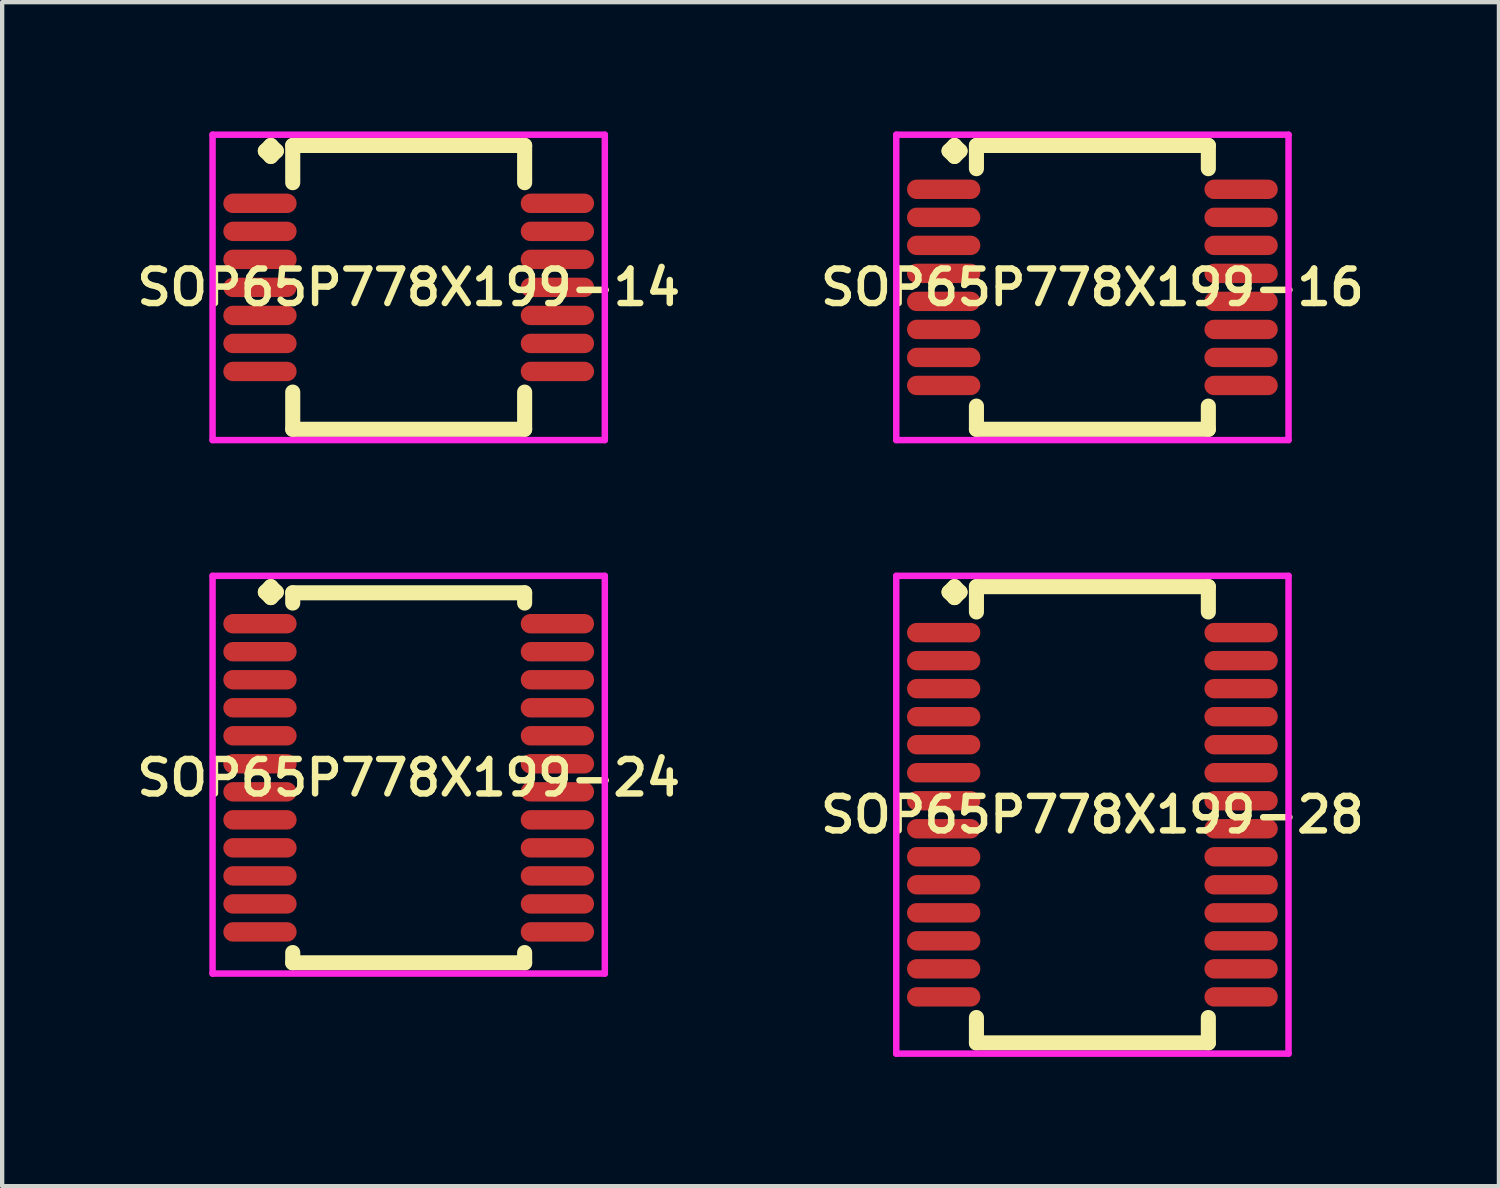
<source format=kicad_pcb>
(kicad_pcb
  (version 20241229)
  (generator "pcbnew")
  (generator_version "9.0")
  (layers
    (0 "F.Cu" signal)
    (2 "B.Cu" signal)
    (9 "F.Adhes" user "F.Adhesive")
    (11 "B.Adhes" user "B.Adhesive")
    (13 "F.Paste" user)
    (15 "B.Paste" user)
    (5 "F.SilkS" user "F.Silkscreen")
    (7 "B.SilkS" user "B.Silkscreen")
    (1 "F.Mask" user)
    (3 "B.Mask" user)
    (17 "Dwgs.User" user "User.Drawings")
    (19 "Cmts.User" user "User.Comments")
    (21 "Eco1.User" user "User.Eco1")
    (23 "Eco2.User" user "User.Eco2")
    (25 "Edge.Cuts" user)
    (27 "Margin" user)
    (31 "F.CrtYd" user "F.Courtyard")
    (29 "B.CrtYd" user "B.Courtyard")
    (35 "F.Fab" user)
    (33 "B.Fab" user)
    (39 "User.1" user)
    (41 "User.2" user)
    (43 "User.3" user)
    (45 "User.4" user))
  (footprint "SOP65P778X199-16"
    (layer "F.Cu")
    (at 22.292 3.617)
    (property "Reference" "SOP65P778X199-16" (at 0 0 0) (layer "F.SilkS") (effects (font (size 0.8 0.8) (thickness 0.15))))
    (attr smd)
    (fp_line (start -3.325 -3.165) (end -3.198 -3.292) (stroke (width 0.35) (type solid)) (layer "F.SilkS"))
    (fp_line (start -3.198 -3.292) (end -3.071 -3.165) (stroke (width 0.35) (type solid)) (layer "F.SilkS"))
    (fp_line (start -3.198 -3.038) (end -3.325 -3.165) (stroke (width 0.35) (type solid)) (layer "F.SilkS"))
    (fp_line (start -3.071 -3.165) (end -3.198 -3.038) (stroke (width 0.35) (type solid)) (layer "F.SilkS"))
    (fp_line (start -2.69 -3.292) (end 2.69 -3.292) (stroke (width 0.35) (type solid)) (layer "F.SilkS"))
    (fp_line (start -2.69 -2.754) (end -2.69 -3.292) (stroke (width 0.35) (type solid)) (layer "F.SilkS"))
    (fp_line (start -2.69 2.754) (end -2.69 3.292) (stroke (width 0.35) (type solid)) (layer "F.SilkS"))
    (fp_line (start -2.69 3.292) (end 2.69 3.292) (stroke (width 0.35) (type solid)) (layer "F.SilkS"))
    (fp_line (start 2.69 -3.292) (end 2.69 -2.754) (stroke (width 0.35) (type solid)) (layer "F.SilkS"))
    (fp_line (start 2.69 3.292) (end 2.69 2.754) (stroke (width 0.35) (type solid)) (layer "F.SilkS"))
    (fp_line (start -4.55 -3.542) (end 4.55 -3.542) (stroke (width 0.15) (type solid)) (layer "F.CrtYd"))
    (fp_line (start -4.55 3.542) (end -4.55 -3.542) (stroke (width 0.15) (type solid)) (layer "F.CrtYd"))
    (fp_line (start 4.55 -3.542) (end 4.55 3.542) (stroke (width 0.15) (type solid)) (layer "F.CrtYd"))
    (fp_line (start 4.55 3.542) (end -4.55 3.542) (stroke (width 0.15) (type solid)) (layer "F.CrtYd"))
    (pad "1" smd oval (at -3.45 -2.275) (size 1.7 0.45) (layers "F.Cu" "F.Mask" "F.Paste"))
    (pad "2" smd oval (at -3.45 -1.625) (size 1.7 0.45) (layers "F.Cu" "F.Mask" "F.Paste"))
    (pad "3" smd oval (at -3.45 -0.975) (size 1.7 0.45) (layers "F.Cu" "F.Mask" "F.Paste"))
    (pad "4" smd oval (at -3.45 -0.325) (size 1.7 0.45) (layers "F.Cu" "F.Mask" "F.Paste"))
    (pad "5" smd oval (at -3.45 0.325) (size 1.7 0.45) (layers "F.Cu" "F.Mask" "F.Paste"))
    (pad "6" smd oval (at -3.45 0.975) (size 1.7 0.45) (layers "F.Cu" "F.Mask" "F.Paste"))
    (pad "7" smd oval (at -3.45 1.625) (size 1.7 0.45) (layers "F.Cu" "F.Mask" "F.Paste"))
    (pad "8" smd oval (at -3.45 2.275) (size 1.7 0.45) (layers "F.Cu" "F.Mask" "F.Paste"))
    (pad "9" smd oval (at 3.45 2.275) (size 1.7 0.45) (layers "F.Cu" "F.Mask" "F.Paste"))
    (pad "10" smd oval (at 3.45 1.625) (size 1.7 0.45) (layers "F.Cu" "F.Mask" "F.Paste"))
    (pad "11" smd oval (at 3.45 0.975) (size 1.7 0.45) (layers "F.Cu" "F.Mask" "F.Paste"))
    (pad "12" smd oval (at 3.45 0.325) (size 1.7 0.45) (layers "F.Cu" "F.Mask" "F.Paste"))
    (pad "13" smd oval (at 3.45 -0.325) (size 1.7 0.45) (layers "F.Cu" "F.Mask" "F.Paste"))
    (pad "14" smd oval (at 3.45 -0.975) (size 1.7 0.45) (layers "F.Cu" "F.Mask" "F.Paste"))
    (pad "15" smd oval (at 3.45 -1.625) (size 1.7 0.45) (layers "F.Cu" "F.Mask" "F.Paste"))
    (pad "16" smd oval (at 3.45 -2.275) (size 1.7 0.45) (layers "F.Cu" "F.Mask" "F.Paste")))
  (footprint "SOP65P778X199-14"
    (layer "F.Cu")
    (at 6.431 3.617)
    (property "Reference" "SOP65P778X199-14" (at 0 0 0) (layer "F.SilkS") (effects (font (size 0.8 0.8) (thickness 0.15))))
    (attr smd)
    (fp_line (start -3.325 -3.165) (end -3.198 -3.292) (stroke (width 0.35) (type solid)) (layer "F.SilkS"))
    (fp_line (start -3.198 -3.292) (end -3.071 -3.165) (stroke (width 0.35) (type solid)) (layer "F.SilkS"))
    (fp_line (start -3.198 -3.038) (end -3.325 -3.165) (stroke (width 0.35) (type solid)) (layer "F.SilkS"))
    (fp_line (start -3.071 -3.165) (end -3.198 -3.038) (stroke (width 0.35) (type solid)) (layer "F.SilkS"))
    (fp_line (start -2.69 -3.292) (end 2.69 -3.292) (stroke (width 0.35) (type solid)) (layer "F.SilkS"))
    (fp_line (start -2.69 -2.429) (end -2.69 -3.292) (stroke (width 0.35) (type solid)) (layer "F.SilkS"))
    (fp_line (start -2.69 2.429) (end -2.69 3.292) (stroke (width 0.35) (type solid)) (layer "F.SilkS"))
    (fp_line (start -2.69 3.292) (end 2.69 3.292) (stroke (width 0.35) (type solid)) (layer "F.SilkS"))
    (fp_line (start 2.69 -3.292) (end 2.69 -2.429) (stroke (width 0.35) (type solid)) (layer "F.SilkS"))
    (fp_line (start 2.69 3.292) (end 2.69 2.429) (stroke (width 0.35) (type solid)) (layer "F.SilkS"))
    (fp_line (start -4.55 -3.542) (end 4.55 -3.542) (stroke (width 0.15) (type solid)) (layer "F.CrtYd"))
    (fp_line (start -4.55 3.542) (end -4.55 -3.542) (stroke (width 0.15) (type solid)) (layer "F.CrtYd"))
    (fp_line (start 4.55 -3.542) (end 4.55 3.542) (stroke (width 0.15) (type solid)) (layer "F.CrtYd"))
    (fp_line (start 4.55 3.542) (end -4.55 3.542) (stroke (width 0.15) (type solid)) (layer "F.CrtYd"))
    (pad "1" smd oval (at -3.45 -1.95) (size 1.7 0.45) (layers "F.Cu" "F.Mask" "F.Paste"))
    (pad "2" smd oval (at -3.45 -1.3) (size 1.7 0.45) (layers "F.Cu" "F.Mask" "F.Paste"))
    (pad "3" smd oval (at -3.45 -0.65) (size 1.7 0.45) (layers "F.Cu" "F.Mask" "F.Paste"))
    (pad "4" smd oval (at -3.45 0) (size 1.7 0.45) (layers "F.Cu" "F.Mask" "F.Paste"))
    (pad "5" smd oval (at -3.45 0.65) (size 1.7 0.45) (layers "F.Cu" "F.Mask" "F.Paste"))
    (pad "6" smd oval (at -3.45 1.3) (size 1.7 0.45) (layers "F.Cu" "F.Mask" "F.Paste"))
    (pad "7" smd oval (at -3.45 1.95) (size 1.7 0.45) (layers "F.Cu" "F.Mask" "F.Paste"))
    (pad "8" smd oval (at 3.45 1.95) (size 1.7 0.45) (layers "F.Cu" "F.Mask" "F.Paste"))
    (pad "9" smd oval (at 3.45 1.3) (size 1.7 0.45) (layers "F.Cu" "F.Mask" "F.Paste"))
    (pad "10" smd oval (at 3.45 0.65) (size 1.7 0.45) (layers "F.Cu" "F.Mask" "F.Paste"))
    (pad "11" smd oval (at 3.45 0) (size 1.7 0.45) (layers "F.Cu" "F.Mask" "F.Paste"))
    (pad "12" smd oval (at 3.45 -0.65) (size 1.7 0.45) (layers "F.Cu" "F.Mask" "F.Paste"))
    (pad "13" smd oval (at 3.45 -1.3) (size 1.7 0.45) (layers "F.Cu" "F.Mask" "F.Paste"))
    (pad "14" smd oval (at 3.45 -1.95) (size 1.7 0.45) (layers "F.Cu" "F.Mask" "F.Paste")))
  (footprint "SOP65P778X199-24"
    (layer "F.Cu")
    (at 6.431 14.994)
    (property "Reference" "SOP65P778X199-24" (at 0 0 0) (layer "F.SilkS") (effects (font (size 0.8 0.8) (thickness 0.15))))
    (attr through_hole)
    (fp_line (start -3.325 -4.308) (end -3.198 -4.435) (stroke (width 0.35) (type solid)) (layer "F.SilkS"))
    (fp_line (start -3.198 -4.435) (end -3.071 -4.308) (stroke (width 0.35) (type solid)) (layer "F.SilkS"))
    (fp_line (start -3.198 -4.181) (end -3.325 -4.308) (stroke (width 0.35) (type solid)) (layer "F.SilkS"))
    (fp_line (start -3.071 -4.308) (end -3.198 -4.181) (stroke (width 0.35) (type solid)) (layer "F.SilkS"))
    (fp_line (start -2.69 -4.292) (end 2.69 -4.292) (stroke (width 0.35) (type solid)) (layer "F.SilkS"))
    (fp_line (start -2.69 -4.054) (end -2.69 -4.292) (stroke (width 0.35) (type solid)) (layer "F.SilkS"))
    (fp_line (start -2.69 4.054) (end -2.69 4.292) (stroke (width 0.35) (type solid)) (layer "F.SilkS"))
    (fp_line (start -2.69 4.292) (end 2.69 4.292) (stroke (width 0.35) (type solid)) (layer "F.SilkS"))
    (fp_line (start 2.69 -4.292) (end 2.69 -4.054) (stroke (width 0.35) (type solid)) (layer "F.SilkS"))
    (fp_line (start 2.69 4.292) (end 2.69 4.054) (stroke (width 0.35) (type solid)) (layer "F.SilkS"))
    (fp_line (start -4.55 -4.685) (end 4.55 -4.685) (stroke (width 0.15) (type solid)) (layer "F.CrtYd"))
    (fp_line (start -4.55 4.542) (end -4.55 -4.685) (stroke (width 0.15) (type solid)) (layer "F.CrtYd"))
    (fp_line (start 4.55 -4.685) (end 4.55 4.542) (stroke (width 0.15) (type solid)) (layer "F.CrtYd"))
    (fp_line (start 4.55 4.542) (end -4.55 4.542) (stroke (width 0.15) (type solid)) (layer "F.CrtYd"))
    (pad "1" smd oval (at -3.45 -3.575) (size 1.7 0.45) (layers "F.Cu" "F.Mask" "F.Paste"))
    (pad "2" smd oval (at -3.45 -2.925) (size 1.7 0.45) (layers "F.Cu" "F.Mask" "F.Paste"))
    (pad "3" smd oval (at -3.45 -2.275) (size 1.7 0.45) (layers "F.Cu" "F.Mask" "F.Paste"))
    (pad "4" smd oval (at -3.45 -1.625) (size 1.7 0.45) (layers "F.Cu" "F.Mask" "F.Paste"))
    (pad "5" smd oval (at -3.45 -0.975) (size 1.7 0.45) (layers "F.Cu" "F.Mask" "F.Paste"))
    (pad "6" smd oval (at -3.45 -0.325) (size 1.7 0.45) (layers "F.Cu" "F.Mask" "F.Paste"))
    (pad "7" smd oval (at -3.45 0.325) (size 1.7 0.45) (layers "F.Cu" "F.Mask" "F.Paste"))
    (pad "8" smd oval (at -3.45 0.975) (size 1.7 0.45) (layers "F.Cu" "F.Mask" "F.Paste"))
    (pad "9" smd oval (at -3.45 1.625) (size 1.7 0.45) (layers "F.Cu" "F.Mask" "F.Paste"))
    (pad "10" smd oval (at -3.45 2.275) (size 1.7 0.45) (layers "F.Cu" "F.Mask" "F.Paste"))
    (pad "11" smd oval (at -3.45 2.925) (size 1.7 0.45) (layers "F.Cu" "F.Mask" "F.Paste"))
    (pad "12" smd oval (at -3.45 3.575) (size 1.7 0.45) (layers "F.Cu" "F.Mask" "F.Paste"))
    (pad "13" smd oval (at 3.45 3.575) (size 1.7 0.45) (layers "F.Cu" "F.Mask" "F.Paste"))
    (pad "14" smd oval (at 3.45 2.925) (size 1.7 0.45) (layers "F.Cu" "F.Mask" "F.Paste"))
    (pad "15" smd oval (at 3.45 2.275) (size 1.7 0.45) (layers "F.Cu" "F.Mask" "F.Paste"))
    (pad "16" smd oval (at 3.45 1.625) (size 1.7 0.45) (layers "F.Cu" "F.Mask" "F.Paste"))
    (pad "17" smd oval (at 3.45 0.975) (size 1.7 0.45) (layers "F.Cu" "F.Mask" "F.Paste"))
    (pad "18" smd oval (at 3.45 0.325) (size 1.7 0.45) (layers "F.Cu" "F.Mask" "F.Paste"))
    (pad "19" smd oval (at 3.45 -0.325) (size 1.7 0.45) (layers "F.Cu" "F.Mask" "F.Paste"))
    (pad "20" smd oval (at 3.45 -0.975) (size 1.7 0.45) (layers "F.Cu" "F.Mask" "F.Paste"))
    (pad "21" smd oval (at 3.45 -1.625) (size 1.7 0.45) (layers "F.Cu" "F.Mask" "F.Paste"))
    (pad "22" smd oval (at 3.45 -2.275) (size 1.7 0.45) (layers "F.Cu" "F.Mask" "F.Paste"))
    (pad "23" smd oval (at 3.45 -2.925) (size 1.7 0.45) (layers "F.Cu" "F.Mask" "F.Paste"))
    (pad "24" smd oval (at 3.45 -3.575) (size 1.7 0.45) (layers "F.Cu" "F.Mask" "F.Paste")))
  (footprint "SOP65P778X199-28"
    (layer "F.Cu")
    (at 22.292 15.851)
    (property "Reference" "SOP65P778X199-28" (at 0 0 0) (layer "F.SilkS") (effects (font (size 0.8 0.8) (thickness 0.15))))
    (attr smd)
    (fp_line (start -3.325 -5.165) (end -3.198 -5.292) (stroke (width 0.35) (type solid)) (layer "F.SilkS"))
    (fp_line (start -3.198 -5.292) (end -3.071 -5.165) (stroke (width 0.35) (type solid)) (layer "F.SilkS"))
    (fp_line (start -3.198 -5.038) (end -3.325 -5.165) (stroke (width 0.35) (type solid)) (layer "F.SilkS"))
    (fp_line (start -3.071 -5.165) (end -3.198 -5.038) (stroke (width 0.35) (type solid)) (layer "F.SilkS"))
    (fp_line (start -2.69 -5.292) (end 2.69 -5.292) (stroke (width 0.35) (type solid)) (layer "F.SilkS"))
    (fp_line (start -2.69 -4.704) (end -2.69 -5.292) (stroke (width 0.35) (type solid)) (layer "F.SilkS"))
    (fp_line (start -2.69 4.704) (end -2.69 5.292) (stroke (width 0.35) (type solid)) (layer "F.SilkS"))
    (fp_line (start -2.69 5.292) (end 2.69 5.292) (stroke (width 0.35) (type solid)) (layer "F.SilkS"))
    (fp_line (start 2.69 -5.292) (end 2.69 -4.704) (stroke (width 0.35) (type solid)) (layer "F.SilkS"))
    (fp_line (start 2.69 5.292) (end 2.69 4.704) (stroke (width 0.35) (type solid)) (layer "F.SilkS"))
    (fp_line (start -4.55 -5.542) (end 4.55 -5.542) (stroke (width 0.15) (type solid)) (layer "F.CrtYd"))
    (fp_line (start -4.55 5.542) (end -4.55 -5.542) (stroke (width 0.15) (type solid)) (layer "F.CrtYd"))
    (fp_line (start 4.55 -5.542) (end 4.55 5.542) (stroke (width 0.15) (type solid)) (layer "F.CrtYd"))
    (fp_line (start 4.55 5.542) (end -4.55 5.542) (stroke (width 0.15) (type solid)) (layer "F.CrtYd"))
    (pad "1" smd oval (at -3.45 -4.225) (size 1.7 0.45) (layers "F.Cu" "F.Mask" "F.Paste"))
    (pad "2" smd oval (at -3.45 -3.575) (size 1.7 0.45) (layers "F.Cu" "F.Mask" "F.Paste"))
    (pad "3" smd oval (at -3.45 -2.925) (size 1.7 0.45) (layers "F.Cu" "F.Mask" "F.Paste"))
    (pad "4" smd oval (at -3.45 -2.275) (size 1.7 0.45) (layers "F.Cu" "F.Mask" "F.Paste"))
    (pad "5" smd oval (at -3.45 -1.625) (size 1.7 0.45) (layers "F.Cu" "F.Mask" "F.Paste"))
    (pad "6" smd oval (at -3.45 -0.975) (size 1.7 0.45) (layers "F.Cu" "F.Mask" "F.Paste"))
    (pad "7" smd oval (at -3.45 -0.325) (size 1.7 0.45) (layers "F.Cu" "F.Mask" "F.Paste"))
    (pad "8" smd oval (at -3.45 0.325) (size 1.7 0.45) (layers "F.Cu" "F.Mask" "F.Paste"))
    (pad "9" smd oval (at -3.45 0.975) (size 1.7 0.45) (layers "F.Cu" "F.Mask" "F.Paste"))
    (pad "10" smd oval (at -3.45 1.625) (size 1.7 0.45) (layers "F.Cu" "F.Mask" "F.Paste"))
    (pad "11" smd oval (at -3.45 2.275) (size 1.7 0.45) (layers "F.Cu" "F.Mask" "F.Paste"))
    (pad "12" smd oval (at -3.45 2.925) (size 1.7 0.45) (layers "F.Cu" "F.Mask" "F.Paste"))
    (pad "13" smd oval (at -3.45 3.575) (size 1.7 0.45) (layers "F.Cu" "F.Mask" "F.Paste"))
    (pad "14" smd oval (at -3.45 4.225) (size 1.7 0.45) (layers "F.Cu" "F.Mask" "F.Paste"))
    (pad "15" smd oval (at 3.45 4.225) (size 1.7 0.45) (layers "F.Cu" "F.Mask" "F.Paste"))
    (pad "16" smd oval (at 3.45 3.575) (size 1.7 0.45) (layers "F.Cu" "F.Mask" "F.Paste"))
    (pad "17" smd oval (at 3.45 2.925) (size 1.7 0.45) (layers "F.Cu" "F.Mask" "F.Paste"))
    (pad "18" smd oval (at 3.45 2.275) (size 1.7 0.45) (layers "F.Cu" "F.Mask" "F.Paste"))
    (pad "19" smd oval (at 3.45 1.625) (size 1.7 0.45) (layers "F.Cu" "F.Mask" "F.Paste"))
    (pad "20" smd oval (at 3.45 0.975) (size 1.7 0.45) (layers "F.Cu" "F.Mask" "F.Paste"))
    (pad "21" smd oval (at 3.45 0.325) (size 1.7 0.45) (layers "F.Cu" "F.Mask" "F.Paste"))
    (pad "22" smd oval (at 3.45 -0.325) (size 1.7 0.45) (layers "F.Cu" "F.Mask" "F.Paste"))
    (pad "23" smd oval (at 3.45 -0.975) (size 1.7 0.45) (layers "F.Cu" "F.Mask" "F.Paste"))
    (pad "24" smd oval (at 3.45 -1.625) (size 1.7 0.45) (layers "F.Cu" "F.Mask" "F.Paste"))
    (pad "25" smd oval (at 3.45 -2.275) (size 1.7 0.45) (layers "F.Cu" "F.Mask" "F.Paste"))
    (pad "26" smd oval (at 3.45 -2.925) (size 1.7 0.45) (layers "F.Cu" "F.Mask" "F.Paste"))
    (pad "27" smd oval (at 3.45 -3.575) (size 1.7 0.45) (layers "F.Cu" "F.Mask" "F.Paste"))
    (pad "28" smd oval (at 3.45 -4.225) (size 1.7 0.45) (layers "F.Cu" "F.Mask" "F.Paste")))
  (gr_rect
    (start -3 -3)
    (end 31.723 24.468)
    (stroke (width 0.1) (type default))
    (fill no)
    (layer "Edge.Cuts")))
</source>
